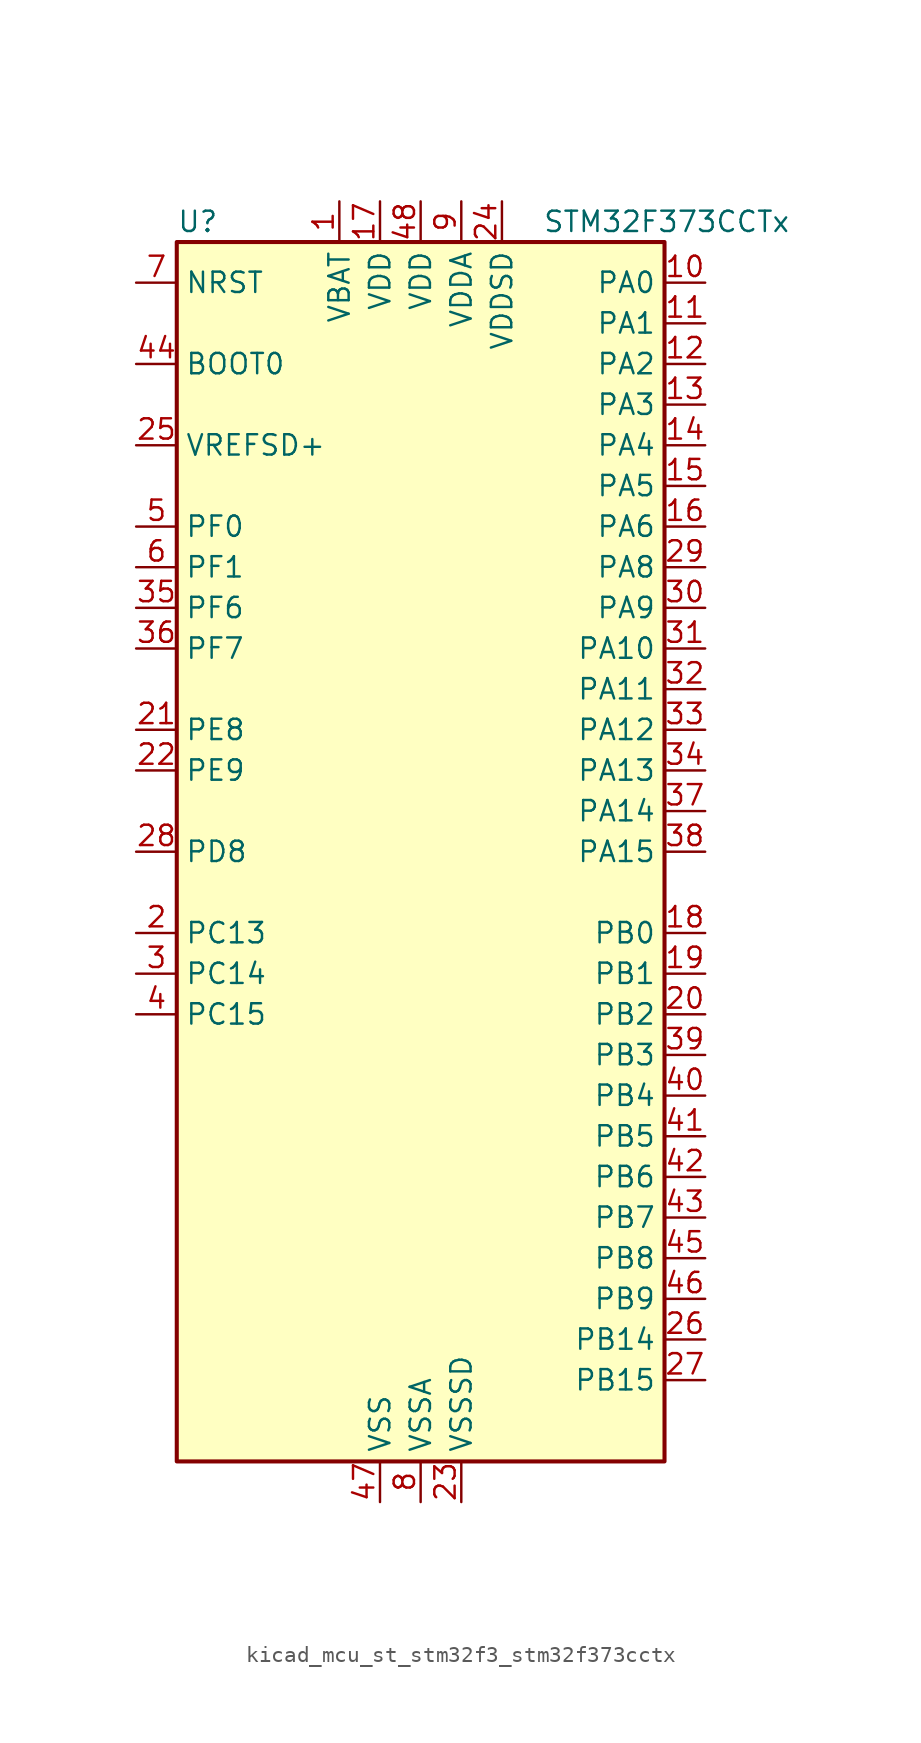
<source format=kicad_sym>
(kicad_symbol_lib
  (version 20220914)
  (generator kicad_symbol_editor)
  (symbol "kicad_mcu_st_stm32f3_stm32f373cctx"
    (property "Reference" "U"
      (at -15.24 39.37 0)
      (effects (font (size 1.27 1.27)) (justify left)))
    (property "Value" "STM32F373CCTx"
      (at 7.62 39.37 0)
      (effects (font (size 1.27 1.27)) (justify left)))
    (property "ki_locked" ""
      (at 0 0 0)
      (effects (font (size 1.27 1.27))))
    (symbol "kicad_mcu_st_stm32f3_stm32f373cctx_0_1"
      (rectangle (start -15.24 -38.1) (end 15.24 38.1) (stroke (width 0.254) (type default)) (fill (type background))))
    (symbol "kicad_mcu_st_stm32f3_stm32f373cctx_1_1"
      (pin power_in line (at -5.08 40.64 270) (length 2.54) (name "VBAT" (effects (font (size 1.27 1.27)))) (number "1" (effects (font (size 1.27 1.27)))))
      (pin bidirectional line (at 17.78 35.56 180) (length 2.54) (name "PA0" (effects (font (size 1.27 1.27)))) (number "10" (effects (font (size 1.27 1.27)))) (alternate "ADC1_IN0" bidirectional line) (alternate "COMP1_INM" bidirectional line) (alternate "COMP1_OUT" bidirectional line) (alternate "RTC_TAMP2" bidirectional line) (alternate "SYS_WKUP1" bidirectional line) (alternate "TIM19_CH1" bidirectional line) (alternate "TIM2_CH1" bidirectional line) (alternate "TIM2_ETR" bidirectional line) (alternate "TIM5_CH1" bidirectional line) (alternate "TIM5_ETR" bidirectional line) (alternate "TSC_G1_IO1" bidirectional line) (alternate "USART2_CTS" bidirectional line))
      (pin bidirectional line (at 17.78 33.02 180) (length 2.54) (name "PA1" (effects (font (size 1.27 1.27)))) (number "11" (effects (font (size 1.27 1.27)))) (alternate "ADC1_IN1" bidirectional line) (alternate "COMP1_INP" bidirectional line) (alternate "I2S3_CK" bidirectional line) (alternate "RTC_REFIN" bidirectional line) (alternate "SPI3_SCK" bidirectional line) (alternate "TIM15_CH1N" bidirectional line) (alternate "TIM19_CH2" bidirectional line) (alternate "TIM2_CH2" bidirectional line) (alternate "TIM5_CH2" bidirectional line) (alternate "TSC_G1_IO2" bidirectional line) (alternate "USART2_DE" bidirectional line) (alternate "USART2_RTS" bidirectional line))
      (pin bidirectional line (at 17.78 30.48 180) (length 2.54) (name "PA2" (effects (font (size 1.27 1.27)))) (number "12" (effects (font (size 1.27 1.27)))) (alternate "ADC1_IN2" bidirectional line) (alternate "COMP2_INM" bidirectional line) (alternate "COMP2_OUT" bidirectional line) (alternate "I2S3_MCK" bidirectional line) (alternate "SPI3_MISO" bidirectional line) (alternate "TIM15_CH1" bidirectional line) (alternate "TIM19_CH3" bidirectional line) (alternate "TIM2_CH3" bidirectional line) (alternate "TIM5_CH3" bidirectional line) (alternate "TSC_G1_IO3" bidirectional line) (alternate "USART2_TX" bidirectional line))
      (pin bidirectional line (at 17.78 27.94 180) (length 2.54) (name "PA3" (effects (font (size 1.27 1.27)))) (number "13" (effects (font (size 1.27 1.27)))) (alternate "ADC1_IN3" bidirectional line) (alternate "COMP2_INP" bidirectional line) (alternate "I2S3_SD" bidirectional line) (alternate "SPI3_MOSI" bidirectional line) (alternate "TIM15_CH2" bidirectional line) (alternate "TIM19_CH4" bidirectional line) (alternate "TIM2_CH4" bidirectional line) (alternate "TIM5_CH4" bidirectional line) (alternate "TSC_G1_IO4" bidirectional line) (alternate "USART2_RX" bidirectional line))
      (pin bidirectional line (at 17.78 25.4 180) (length 2.54) (name "PA4" (effects (font (size 1.27 1.27)))) (number "14" (effects (font (size 1.27 1.27)))) (alternate "ADC1_IN4" bidirectional line) (alternate "DAC1_OUT1" bidirectional line) (alternate "I2S1_WS" bidirectional line) (alternate "I2S3_WS" bidirectional line) (alternate "SPI1_NSS" bidirectional line) (alternate "SPI3_NSS" bidirectional line) (alternate "TIM12_CH1" bidirectional line) (alternate "TIM3_CH2" bidirectional line) (alternate "TSC_G2_IO1" bidirectional line) (alternate "USART2_CK" bidirectional line))
      (pin bidirectional line (at 17.78 22.86 180) (length 2.54) (name "PA5" (effects (font (size 1.27 1.27)))) (number "15" (effects (font (size 1.27 1.27)))) (alternate "ADC1_IN5" bidirectional line) (alternate "CEC" bidirectional line) (alternate "DAC1_OUT2" bidirectional line) (alternate "I2S1_CK" bidirectional line) (alternate "SPI1_SCK" bidirectional line) (alternate "TIM12_CH2" bidirectional line) (alternate "TIM14_CH1" bidirectional line) (alternate "TIM2_CH1" bidirectional line) (alternate "TIM2_ETR" bidirectional line) (alternate "TSC_G2_IO2" bidirectional line))
      (pin bidirectional line (at 17.78 20.32 180) (length 2.54) (name "PA6" (effects (font (size 1.27 1.27)))) (number "16" (effects (font (size 1.27 1.27)))) (alternate "ADC1_IN6" bidirectional line) (alternate "COMP1_OUT" bidirectional line) (alternate "DAC2_OUT1" bidirectional line) (alternate "I2S1_MCK" bidirectional line) (alternate "SPI1_MISO" bidirectional line) (alternate "TIM13_CH1" bidirectional line) (alternate "TIM16_CH1" bidirectional line) (alternate "TIM3_CH1" bidirectional line) (alternate "TSC_G2_IO3" bidirectional line))
      (pin power_in line (at -2.54 40.64 270) (length 2.54) (name "VDD" (effects (font (size 1.27 1.27)))) (number "17" (effects (font (size 1.27 1.27)))))
      (pin bidirectional line (at 17.78 -5.08 180) (length 2.54) (name "PB0" (effects (font (size 1.27 1.27)))) (number "18" (effects (font (size 1.27 1.27)))) (alternate "ADC1_IN8" bidirectional line) (alternate "I2S1_SD" bidirectional line) (alternate "SDADC1_AIN6P" bidirectional line) (alternate "SPI1_MOSI" bidirectional line) (alternate "TIM3_CH2" bidirectional line) (alternate "TIM3_CH3" bidirectional line) (alternate "TSC_G3_IO3" bidirectional line))
      (pin bidirectional line (at 17.78 -7.62 180) (length 2.54) (name "PB1" (effects (font (size 1.27 1.27)))) (number "19" (effects (font (size 1.27 1.27)))) (alternate "ADC1_IN9" bidirectional line) (alternate "SDADC1_AIN5P" bidirectional line) (alternate "SDADC1_AIN6M" bidirectional line) (alternate "TIM3_CH4" bidirectional line) (alternate "TSC_G3_IO4" bidirectional line))
      (pin bidirectional line (at -17.78 -5.08 0) (length 2.54) (name "PC13" (effects (font (size 1.27 1.27)))) (number "2" (effects (font (size 1.27 1.27)))) (alternate "RTC_OUT_ALARM" bidirectional line) (alternate "RTC_OUT_CALIB" bidirectional line) (alternate "RTC_TAMP1" bidirectional line) (alternate "RTC_TS" bidirectional line) (alternate "SYS_WKUP2" bidirectional line))
      (pin bidirectional line (at 17.78 -10.16 180) (length 2.54) (name "PB2" (effects (font (size 1.27 1.27)))) (number "20" (effects (font (size 1.27 1.27)))) (alternate "SDADC1_AIN4P" bidirectional line) (alternate "SDADC2_AIN6P" bidirectional line))
      (pin bidirectional line (at -17.78 7.62 0) (length 2.54) (name "PE8" (effects (font (size 1.27 1.27)))) (number "21" (effects (font (size 1.27 1.27)))) (alternate "SDADC1_AIN8P" bidirectional line) (alternate "SDADC2_AIN8P" bidirectional line))
      (pin bidirectional line (at -17.78 5.08 0) (length 2.54) (name "PE9" (effects (font (size 1.27 1.27)))) (number "22" (effects (font (size 1.27 1.27)))) (alternate "DAC1_EXTI9" bidirectional line) (alternate "DAC2_EXTI9" bidirectional line) (alternate "SDADC1_AIN7P" bidirectional line) (alternate "SDADC1_AIN8M" bidirectional line) (alternate "SDADC2_AIN7P" bidirectional line) (alternate "SDADC2_AIN8M" bidirectional line))
      (pin power_in line (at 2.54 -40.64 90) (length 2.54) (name "VSSSD" (effects (font (size 1.27 1.27)))) (number "23" (effects (font (size 1.27 1.27)))))
      (pin power_in line (at 5.08 40.64 270) (length 2.54) (name "VDDSD" (effects (font (size 1.27 1.27)))) (number "24" (effects (font (size 1.27 1.27)))))
      (pin input line (at -17.78 25.4 0) (length 2.54) (name "VREFSD+" (effects (font (size 1.27 1.27)))) (number "25" (effects (font (size 1.27 1.27)))))
      (pin bidirectional line (at 17.78 -30.48 180) (length 2.54) (name "PB14" (effects (font (size 1.27 1.27)))) (number "26" (effects (font (size 1.27 1.27)))) (alternate "I2S2_MCK" bidirectional line) (alternate "SDADC3_AIN8P" bidirectional line) (alternate "SPI2_MISO" bidirectional line) (alternate "TIM12_CH1" bidirectional line) (alternate "TIM15_CH1" bidirectional line) (alternate "TSC_G6_IO1" bidirectional line) (alternate "USART3_DE" bidirectional line) (alternate "USART3_RTS" bidirectional line))
      (pin bidirectional line (at 17.78 -33.02 180) (length 2.54) (name "PB15" (effects (font (size 1.27 1.27)))) (number "27" (effects (font (size 1.27 1.27)))) (alternate "ADC1_EXTI15" bidirectional line) (alternate "I2S2_SD" bidirectional line) (alternate "RTC_REFIN" bidirectional line) (alternate "SDADC1_EXTI15" bidirectional line) (alternate "SDADC2_EXTI15" bidirectional line) (alternate "SDADC3_AIN7P" bidirectional line) (alternate "SDADC3_AIN8M" bidirectional line) (alternate "SDADC3_EXTI15" bidirectional line) (alternate "SPI2_MOSI" bidirectional line) (alternate "TIM12_CH2" bidirectional line) (alternate "TIM15_CH1N" bidirectional line) (alternate "TIM15_CH2" bidirectional line) (alternate "TSC_G6_IO2" bidirectional line))
      (pin bidirectional line (at -17.78 0 0) (length 2.54) (name "PD8" (effects (font (size 1.27 1.27)))) (number "28" (effects (font (size 1.27 1.27)))) (alternate "I2S2_CK" bidirectional line) (alternate "SDADC3_AIN6P" bidirectional line) (alternate "SPI2_SCK" bidirectional line) (alternate "TSC_G6_IO3" bidirectional line) (alternate "USART3_TX" bidirectional line))
      (pin bidirectional line (at 17.78 17.78 180) (length 2.54) (name "PA8" (effects (font (size 1.27 1.27)))) (number "29" (effects (font (size 1.27 1.27)))) (alternate "I2C2_SMBA" bidirectional line) (alternate "I2S2_CK" bidirectional line) (alternate "RCC_MCO" bidirectional line) (alternate "SPI2_SCK" bidirectional line) (alternate "TIM4_ETR" bidirectional line) (alternate "TIM5_CH1" bidirectional line) (alternate "TIM5_ETR" bidirectional line) (alternate "USART1_CK" bidirectional line))
      (pin bidirectional line (at -17.78 -7.62 0) (length 2.54) (name "PC14" (effects (font (size 1.27 1.27)))) (number "3" (effects (font (size 1.27 1.27)))) (alternate "RCC_OSC32_IN" bidirectional line))
      (pin bidirectional line (at 17.78 15.24 180) (length 2.54) (name "PA9" (effects (font (size 1.27 1.27)))) (number "30" (effects (font (size 1.27 1.27)))) (alternate "DAC1_EXTI9" bidirectional line) (alternate "DAC2_EXTI9" bidirectional line) (alternate "I2C2_SCL" bidirectional line) (alternate "I2S2_MCK" bidirectional line) (alternate "SPI2_MISO" bidirectional line) (alternate "TIM13_CH1" bidirectional line) (alternate "TIM15_BKIN" bidirectional line) (alternate "TIM2_CH3" bidirectional line) (alternate "TSC_G4_IO1" bidirectional line) (alternate "USART1_TX" bidirectional line))
      (pin bidirectional line (at 17.78 12.7 180) (length 2.54) (name "PA10" (effects (font (size 1.27 1.27)))) (number "31" (effects (font (size 1.27 1.27)))) (alternate "I2C2_SDA" bidirectional line) (alternate "I2S2_SD" bidirectional line) (alternate "SPI2_MOSI" bidirectional line) (alternate "TIM14_CH1" bidirectional line) (alternate "TIM17_BKIN" bidirectional line) (alternate "TIM2_CH4" bidirectional line) (alternate "TSC_G4_IO2" bidirectional line) (alternate "USART1_RX" bidirectional line))
      (pin bidirectional line (at 17.78 10.16 180) (length 2.54) (name "PA11" (effects (font (size 1.27 1.27)))) (number "32" (effects (font (size 1.27 1.27)))) (alternate "ADC1_EXTI11" bidirectional line) (alternate "CAN_RX" bidirectional line) (alternate "COMP1_OUT" bidirectional line) (alternate "I2S1_WS" bidirectional line) (alternate "I2S2_WS" bidirectional line) (alternate "SDADC1_EXTI11" bidirectional line) (alternate "SDADC2_EXTI11" bidirectional line) (alternate "SDADC3_EXTI11" bidirectional line) (alternate "SPI1_NSS" bidirectional line) (alternate "SPI2_NSS" bidirectional line) (alternate "TIM4_CH1" bidirectional line) (alternate "TIM5_CH2" bidirectional line) (alternate "USART1_CTS" bidirectional line) (alternate "USB_DM" bidirectional line))
      (pin bidirectional line (at 17.78 7.62 180) (length 2.54) (name "PA12" (effects (font (size 1.27 1.27)))) (number "33" (effects (font (size 1.27 1.27)))) (alternate "CAN_TX" bidirectional line) (alternate "COMP2_OUT" bidirectional line) (alternate "I2S1_CK" bidirectional line) (alternate "SPI1_SCK" bidirectional line) (alternate "TIM16_CH1" bidirectional line) (alternate "TIM4_CH2" bidirectional line) (alternate "TIM5_CH3" bidirectional line) (alternate "USART1_DE" bidirectional line) (alternate "USART1_RTS" bidirectional line) (alternate "USB_DP" bidirectional line))
      (pin bidirectional line (at 17.78 5.08 180) (length 2.54) (name "PA13" (effects (font (size 1.27 1.27)))) (number "34" (effects (font (size 1.27 1.27)))) (alternate "I2S1_MCK" bidirectional line) (alternate "IR_OUT" bidirectional line) (alternate "SPI1_MISO" bidirectional line) (alternate "SYS_JTMS-SWDIO" bidirectional line) (alternate "TIM16_CH1N" bidirectional line) (alternate "TIM4_CH3" bidirectional line) (alternate "TIM5_CH4" bidirectional line) (alternate "TSC_G4_IO3" bidirectional line) (alternate "USART3_CTS" bidirectional line))
      (pin bidirectional line (at -17.78 15.24 0) (length 2.54) (name "PF6" (effects (font (size 1.27 1.27)))) (number "35" (effects (font (size 1.27 1.27)))) (alternate "I2C2_SCL" bidirectional line) (alternate "I2S1_SD" bidirectional line) (alternate "SPI1_MOSI" bidirectional line) (alternate "TIM4_CH4" bidirectional line) (alternate "USART3_DE" bidirectional line) (alternate "USART3_RTS" bidirectional line))
      (pin bidirectional line (at -17.78 12.7 0) (length 2.54) (name "PF7" (effects (font (size 1.27 1.27)))) (number "36" (effects (font (size 1.27 1.27)))) (alternate "I2C2_SDA" bidirectional line) (alternate "USART2_CK" bidirectional line))
      (pin bidirectional line (at 17.78 2.54 180) (length 2.54) (name "PA14" (effects (font (size 1.27 1.27)))) (number "37" (effects (font (size 1.27 1.27)))) (alternate "I2C1_SDA" bidirectional line) (alternate "SYS_JTCK-SWCLK" bidirectional line) (alternate "TIM12_CH1" bidirectional line) (alternate "TSC_G4_IO4" bidirectional line))
      (pin bidirectional line (at 17.78 0 180) (length 2.54) (name "PA15" (effects (font (size 1.27 1.27)))) (number "38" (effects (font (size 1.27 1.27)))) (alternate "ADC1_EXTI15" bidirectional line) (alternate "I2C1_SCL" bidirectional line) (alternate "I2S1_WS" bidirectional line) (alternate "I2S3_WS" bidirectional line) (alternate "SDADC1_EXTI15" bidirectional line) (alternate "SDADC2_EXTI15" bidirectional line) (alternate "SDADC3_EXTI15" bidirectional line) (alternate "SPI1_NSS" bidirectional line) (alternate "SPI3_NSS" bidirectional line) (alternate "SYS_JTDI" bidirectional line) (alternate "TIM12_CH2" bidirectional line) (alternate "TIM2_CH1" bidirectional line) (alternate "TIM2_ETR" bidirectional line) (alternate "TSC_SYNC" bidirectional line))
      (pin bidirectional line (at 17.78 -12.7 180) (length 2.54) (name "PB3" (effects (font (size 1.27 1.27)))) (number "39" (effects (font (size 1.27 1.27)))) (alternate "I2S1_CK" bidirectional line) (alternate "I2S3_CK" bidirectional line) (alternate "SPI1_SCK" bidirectional line) (alternate "SPI3_SCK" bidirectional line) (alternate "SYS_JTDO-TRACESWO" bidirectional line) (alternate "TIM13_CH1" bidirectional line) (alternate "TIM2_CH2" bidirectional line) (alternate "TIM3_ETR" bidirectional line) (alternate "TIM4_ETR" bidirectional line) (alternate "TSC_G5_IO1" bidirectional line) (alternate "USART2_TX" bidirectional line))
      (pin bidirectional line (at -17.78 -10.16 0) (length 2.54) (name "PC15" (effects (font (size 1.27 1.27)))) (number "4" (effects (font (size 1.27 1.27)))) (alternate "ADC1_EXTI15" bidirectional line) (alternate "RCC_OSC32_OUT" bidirectional line) (alternate "SDADC1_EXTI15" bidirectional line) (alternate "SDADC2_EXTI15" bidirectional line) (alternate "SDADC3_EXTI15" bidirectional line))
      (pin bidirectional line (at 17.78 -15.24 180) (length 2.54) (name "PB4" (effects (font (size 1.27 1.27)))) (number "40" (effects (font (size 1.27 1.27)))) (alternate "I2S1_MCK" bidirectional line) (alternate "I2S3_MCK" bidirectional line) (alternate "SPI1_MISO" bidirectional line) (alternate "SPI3_MISO" bidirectional line) (alternate "SYS_NJTRST" bidirectional line) (alternate "TIM15_CH1N" bidirectional line) (alternate "TIM16_CH1" bidirectional line) (alternate "TIM17_BKIN" bidirectional line) (alternate "TIM3_CH1" bidirectional line) (alternate "TSC_G5_IO2" bidirectional line) (alternate "USART2_RX" bidirectional line))
      (pin bidirectional line (at 17.78 -17.78 180) (length 2.54) (name "PB5" (effects (font (size 1.27 1.27)))) (number "41" (effects (font (size 1.27 1.27)))) (alternate "I2C1_SMBA" bidirectional line) (alternate "I2S1_SD" bidirectional line) (alternate "I2S3_SD" bidirectional line) (alternate "SPI1_MOSI" bidirectional line) (alternate "SPI3_MOSI" bidirectional line) (alternate "TIM16_BKIN" bidirectional line) (alternate "TIM17_CH1" bidirectional line) (alternate "TIM19_ETR" bidirectional line) (alternate "TIM3_CH2" bidirectional line) (alternate "USART2_CK" bidirectional line))
      (pin bidirectional line (at 17.78 -20.32 180) (length 2.54) (name "PB6" (effects (font (size 1.27 1.27)))) (number "42" (effects (font (size 1.27 1.27)))) (alternate "I2C1_SCL" bidirectional line) (alternate "TIM15_CH1" bidirectional line) (alternate "TIM16_CH1N" bidirectional line) (alternate "TIM19_CH1" bidirectional line) (alternate "TIM3_CH3" bidirectional line) (alternate "TIM4_CH1" bidirectional line) (alternate "TSC_G5_IO3" bidirectional line) (alternate "USART1_TX" bidirectional line))
      (pin bidirectional line (at 17.78 -22.86 180) (length 2.54) (name "PB7" (effects (font (size 1.27 1.27)))) (number "43" (effects (font (size 1.27 1.27)))) (alternate "I2C1_SDA" bidirectional line) (alternate "TIM15_CH2" bidirectional line) (alternate "TIM17_CH1N" bidirectional line) (alternate "TIM19_CH2" bidirectional line) (alternate "TIM3_CH4" bidirectional line) (alternate "TIM4_CH2" bidirectional line) (alternate "TSC_G5_IO4" bidirectional line) (alternate "USART1_RX" bidirectional line))
      (pin input line (at -17.78 30.48 0) (length 2.54) (name "BOOT0" (effects (font (size 1.27 1.27)))) (number "44" (effects (font (size 1.27 1.27)))))
      (pin bidirectional line (at 17.78 -25.4 180) (length 2.54) (name "PB8" (effects (font (size 1.27 1.27)))) (number "45" (effects (font (size 1.27 1.27)))) (alternate "CAN_RX" bidirectional line) (alternate "CEC" bidirectional line) (alternate "COMP1_OUT" bidirectional line) (alternate "I2C1_SCL" bidirectional line) (alternate "I2S2_CK" bidirectional line) (alternate "SPI2_SCK" bidirectional line) (alternate "TIM16_CH1" bidirectional line) (alternate "TIM19_CH3" bidirectional line) (alternate "TIM4_CH3" bidirectional line) (alternate "TSC_SYNC" bidirectional line) (alternate "USART3_TX" bidirectional line))
      (pin bidirectional line (at 17.78 -27.94 180) (length 2.54) (name "PB9" (effects (font (size 1.27 1.27)))) (number "46" (effects (font (size 1.27 1.27)))) (alternate "CAN_TX" bidirectional line) (alternate "COMP2_OUT" bidirectional line) (alternate "DAC1_EXTI9" bidirectional line) (alternate "DAC2_EXTI9" bidirectional line) (alternate "I2C1_SDA" bidirectional line) (alternate "I2S2_WS" bidirectional line) (alternate "IR_OUT" bidirectional line) (alternate "SPI2_NSS" bidirectional line) (alternate "TIM17_CH1" bidirectional line) (alternate "TIM19_CH4" bidirectional line) (alternate "TIM4_CH4" bidirectional line) (alternate "USART3_RX" bidirectional line))
      (pin power_in line (at -2.54 -40.64 90) (length 2.54) (name "VSS" (effects (font (size 1.27 1.27)))) (number "47" (effects (font (size 1.27 1.27)))))
      (pin power_in line (at 0 40.64 270) (length 2.54) (name "VDD" (effects (font (size 1.27 1.27)))) (number "48" (effects (font (size 1.27 1.27)))))
      (pin bidirectional line (at -17.78 20.32 0) (length 2.54) (name "PF0" (effects (font (size 1.27 1.27)))) (number "5" (effects (font (size 1.27 1.27)))) (alternate "I2C2_SDA" bidirectional line) (alternate "RCC_OSC_IN" bidirectional line))
      (pin bidirectional line (at -17.78 17.78 0) (length 2.54) (name "PF1" (effects (font (size 1.27 1.27)))) (number "6" (effects (font (size 1.27 1.27)))) (alternate "I2C2_SCL" bidirectional line) (alternate "RCC_OSC_OUT" bidirectional line))
      (pin input line (at -17.78 35.56 0) (length 2.54) (name "NRST" (effects (font (size 1.27 1.27)))) (number "7" (effects (font (size 1.27 1.27)))))
      (pin power_in line (at 0 -40.64 90) (length 2.54) (name "VSSA" (effects (font (size 1.27 1.27)))) (number "8" (effects (font (size 1.27 1.27)))))
      (pin power_in line (at 2.54 40.64 270) (length 2.54) (name "VDDA" (effects (font (size 1.27 1.27)))) (number "9" (effects (font (size 1.27 1.27))))))))
</source>
